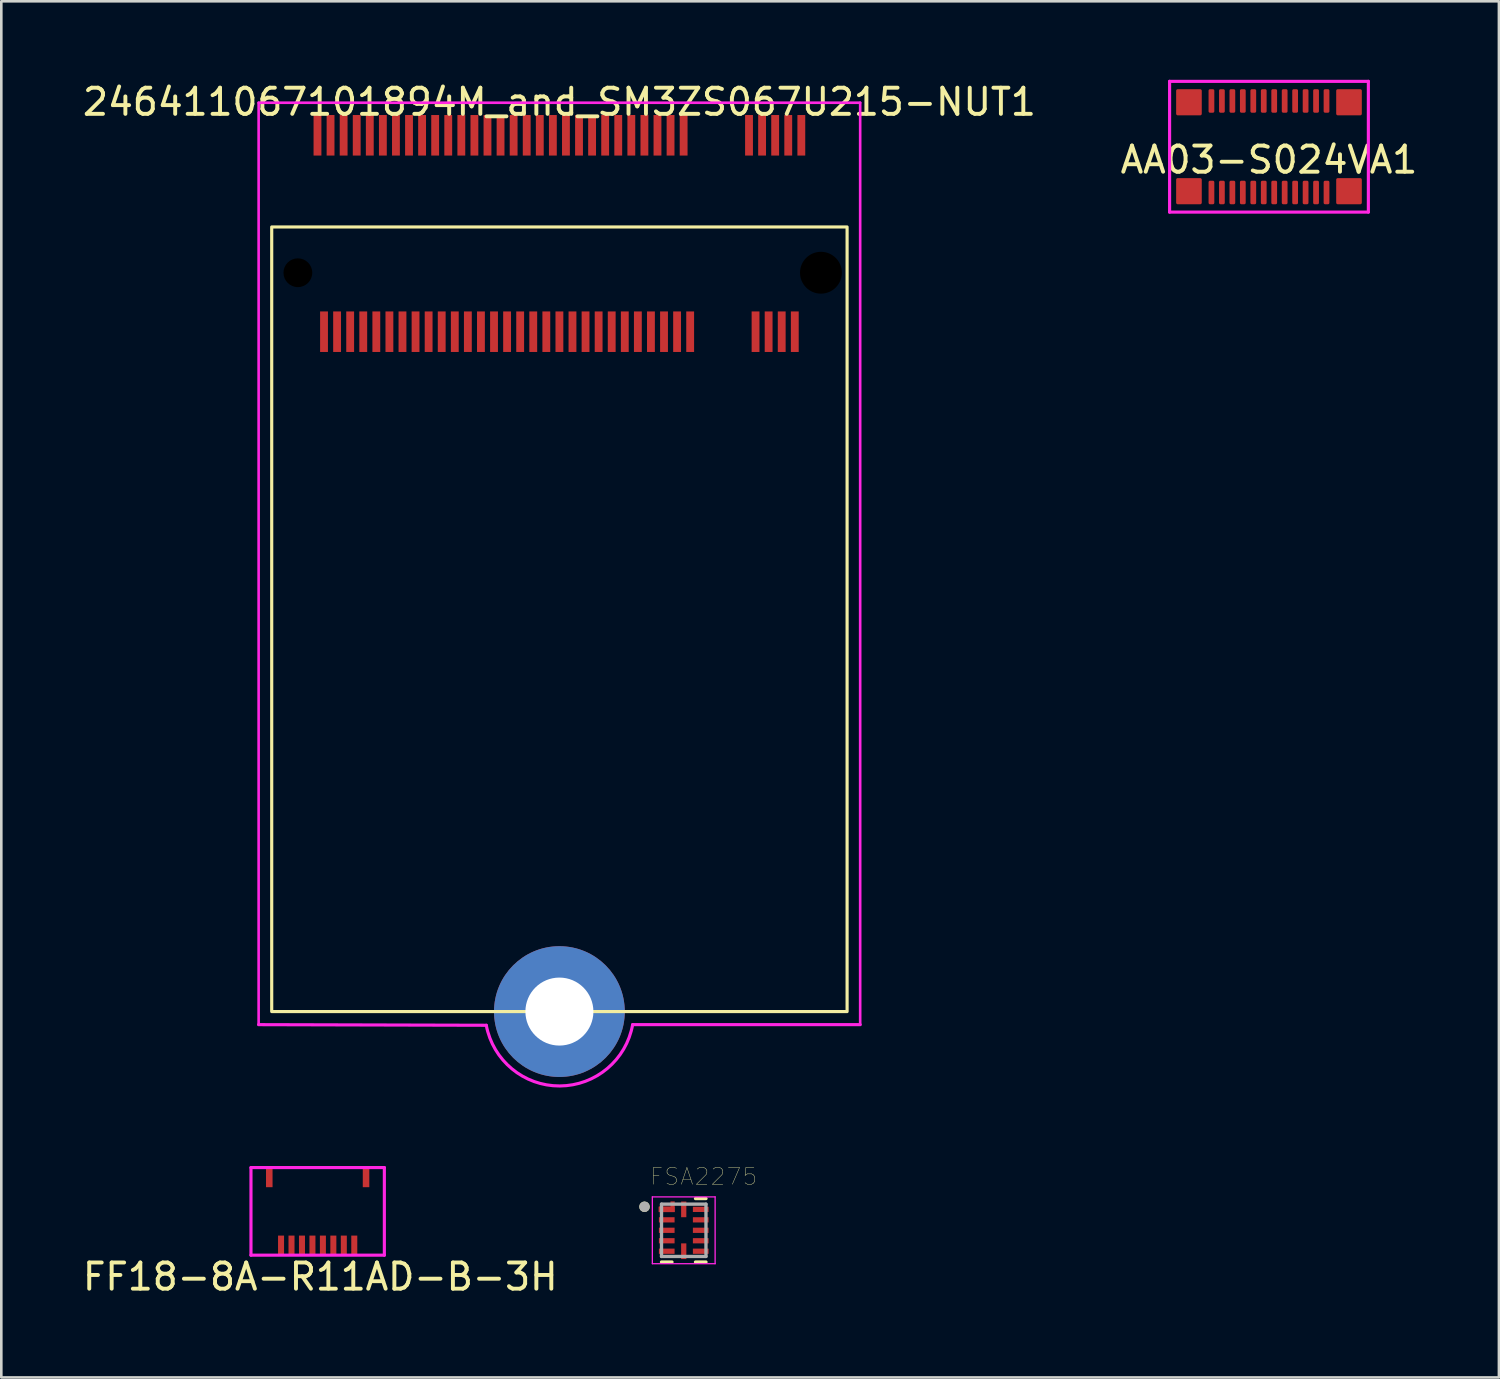
<source format=kicad_pcb>
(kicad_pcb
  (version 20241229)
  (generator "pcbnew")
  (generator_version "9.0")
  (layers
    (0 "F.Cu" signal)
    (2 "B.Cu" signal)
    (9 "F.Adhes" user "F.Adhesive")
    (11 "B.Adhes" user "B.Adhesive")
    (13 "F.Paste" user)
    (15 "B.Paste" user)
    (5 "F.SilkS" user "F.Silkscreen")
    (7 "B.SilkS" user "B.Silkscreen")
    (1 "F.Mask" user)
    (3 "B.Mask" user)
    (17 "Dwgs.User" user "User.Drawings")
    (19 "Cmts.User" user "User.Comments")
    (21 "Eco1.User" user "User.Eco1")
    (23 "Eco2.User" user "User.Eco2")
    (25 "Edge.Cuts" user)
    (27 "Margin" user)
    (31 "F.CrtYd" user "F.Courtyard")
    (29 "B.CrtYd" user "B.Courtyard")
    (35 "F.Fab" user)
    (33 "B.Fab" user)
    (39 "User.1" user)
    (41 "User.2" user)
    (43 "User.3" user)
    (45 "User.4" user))
  (footprint "FSA2275"
    (layer "F.Cu")
    (at 23.093 43.991)
    (property "Reference" "FSA2275" (at 0.762 -2.057 0) (layer "F.SilkS") (effects (font (size 0.64 0.64) (thickness 0.015))))
    (attr through_hole)
    (fp_poly (pts (xy -0.95 -0.9) (xy -0.5 -0.9) (xy -0.5 -1.1) (xy -0.35 -1.1) (xy -0.35 -0.7) (xy -0.95 -0.7)) (stroke (width 0.01) (type solid)) (fill yes) (layer "F.Cu"))
    (fp_poly (pts (xy -1 -0.55) (xy -0.3 -0.55) (xy -0.3 -0.25) (xy -1 -0.25)) (stroke (width 0.01) (type solid)) (fill yes) (layer "F.Mask"))
    (fp_poly (pts (xy -1 -0.15) (xy -0.3 -0.15) (xy -0.3 0.15) (xy -1 0.15)) (stroke (width 0.01) (type solid)) (fill yes) (layer "F.Mask"))
    (fp_poly (pts (xy -1 0.25) (xy -0.3 0.25) (xy -0.3 0.55) (xy -1 0.55)) (stroke (width 0.01) (type solid)) (fill yes) (layer "F.Mask"))
    (fp_poly (pts (xy -1 0.65) (xy -0.3 0.65) (xy -0.3 0.95) (xy -1 0.95)) (stroke (width 0.01) (type solid)) (fill yes) (layer "F.Mask"))
    (fp_poly (pts (xy -0.15 -1.15) (xy 0.15 -1.15) (xy 0.15 -0.45) (xy -0.15 -0.45)) (stroke (width 0.01) (type solid)) (fill yes) (layer "F.Mask"))
    (fp_poly (pts (xy -0.15 0.45) (xy 0.15 0.45) (xy 0.15 1.15) (xy -0.15 1.15)) (stroke (width 0.01) (type solid)) (fill yes) (layer "F.Mask"))
    (fp_poly (pts (xy 0.3 -0.95) (xy 1 -0.95) (xy 1 -0.65) (xy 0.3 -0.65)) (stroke (width 0.01) (type solid)) (fill yes) (layer "F.Mask"))
    (fp_poly (pts (xy 0.3 -0.55) (xy 1 -0.55) (xy 1 -0.25) (xy 0.3 -0.25)) (stroke (width 0.01) (type solid)) (fill yes) (layer "F.Mask"))
    (fp_poly (pts (xy 0.3 -0.15) (xy 1 -0.15) (xy 1 0.15) (xy 0.3 0.15)) (stroke (width 0.01) (type solid)) (fill yes) (layer "F.Mask"))
    (fp_poly (pts (xy 0.3 0.25) (xy 1 0.25) (xy 1 0.55) (xy 0.3 0.55)) (stroke (width 0.01) (type solid)) (fill yes) (layer "F.Mask"))
    (fp_poly (pts (xy 0.3 0.65) (xy 1 0.65) (xy 1 0.95) (xy 0.3 0.95)) (stroke (width 0.01) (type solid)) (fill yes) (layer "F.Mask"))
    (fp_poly (pts (xy -1 -0.95) (xy -0.55 -0.95) (xy -0.55 -1.15) (xy -0.3 -1.15) (xy -0.3 -0.65) (xy -1 -0.65)) (stroke (width 0.01) (type solid)) (fill yes) (layer "F.Mask"))
    (fp_line (start -0.45 1.214) (end -0.85 1.214) (stroke (width 0.127) (type solid)) (layer "F.SilkS"))
    (fp_line (start 0.45 -1.214) (end 0.85 -1.214) (stroke (width 0.127) (type solid)) (layer "F.SilkS"))
    (fp_line (start 0.45 1.214) (end 0.85 1.214) (stroke (width 0.127) (type solid)) (layer "F.SilkS"))
    (fp_circle (center -1.5 -0.9) (end -1.4 -0.9) (stroke (width 0.2) (type solid)) (fill no) (layer "F.SilkS"))
    (fp_poly (pts (xy -0.85 -0.5) (xy -0.35 -0.5) (xy -0.35 -0.3) (xy -0.85 -0.3)) (stroke (width 0.01) (type solid)) (fill yes) (layer "F.Paste"))
    (fp_poly (pts (xy -0.85 -0.1) (xy -0.35 -0.1) (xy -0.35 0.1) (xy -0.85 0.1)) (stroke (width 0.01) (type solid)) (fill yes) (layer "F.Paste"))
    (fp_poly (pts (xy -0.85 0.3) (xy -0.35 0.3) (xy -0.35 0.5) (xy -0.85 0.5)) (stroke (width 0.01) (type solid)) (fill yes) (layer "F.Paste"))
    (fp_poly (pts (xy -0.85 0.7) (xy -0.35 0.7) (xy -0.35 0.9) (xy -0.85 0.9)) (stroke (width 0.01) (type solid)) (fill yes) (layer "F.Paste"))
    (fp_poly (pts (xy -0.1 -1) (xy 0.1 -1) (xy 0.1 -0.5) (xy -0.1 -0.5)) (stroke (width 0.01) (type solid)) (fill yes) (layer "F.Paste"))
    (fp_poly (pts (xy -0.1 0.5) (xy 0.1 0.5) (xy 0.1 1) (xy -0.1 1)) (stroke (width 0.01) (type solid)) (fill yes) (layer "F.Paste"))
    (fp_poly (pts (xy 0.35 -0.9) (xy 0.85 -0.9) (xy 0.85 -0.7) (xy 0.35 -0.7)) (stroke (width 0.01) (type solid)) (fill yes) (layer "F.Paste"))
    (fp_poly (pts (xy 0.35 -0.5) (xy 0.85 -0.5) (xy 0.85 -0.3) (xy 0.35 -0.3)) (stroke (width 0.01) (type solid)) (fill yes) (layer "F.Paste"))
    (fp_poly (pts (xy 0.35 -0.1) (xy 0.85 -0.1) (xy 0.85 0.1) (xy 0.35 0.1)) (stroke (width 0.01) (type solid)) (fill yes) (layer "F.Paste"))
    (fp_poly (pts (xy 0.35 0.3) (xy 0.85 0.3) (xy 0.85 0.5) (xy 0.35 0.5)) (stroke (width 0.01) (type solid)) (fill yes) (layer "F.Paste"))
    (fp_poly (pts (xy 0.35 0.7) (xy 0.85 0.7) (xy 0.85 0.9) (xy 0.35 0.9)) (stroke (width 0.01) (type solid)) (fill yes) (layer "F.Paste"))
    (fp_poly (pts (xy -0.85 -0.9) (xy -0.5 -0.9) (xy -0.5 -1) (xy -0.35 -1) (xy -0.35 -0.7) (xy -0.85 -0.7)) (stroke (width 0.01) (type solid)) (fill yes) (layer "F.Paste"))
    (fp_line (start -1.2 -1.277) (end 1.2 -1.277) (stroke (width 0.05) (type solid)) (layer "F.CrtYd"))
    (fp_line (start -1.2 1.277) (end -1.2 -1.277) (stroke (width 0.05) (type solid)) (layer "F.CrtYd"))
    (fp_line (start 1.2 -1.277) (end 1.2 1.277) (stroke (width 0.05) (type solid)) (layer "F.CrtYd"))
    (fp_line (start 1.2 1.277) (end -1.2 1.277) (stroke (width 0.05) (type solid)) (layer "F.CrtYd"))
    (fp_line (start -0.85 -1) (end 0.85 -1) (stroke (width 0.127) (type solid)) (layer "F.Fab"))
    (fp_line (start -0.85 1) (end -0.85 -1) (stroke (width 0.127) (type solid)) (layer "F.Fab"))
    (fp_line (start 0.85 -1) (end 0.85 1) (stroke (width 0.127) (type solid)) (layer "F.Fab"))
    (fp_line (start 0.85 1) (end -0.85 1) (stroke (width 0.127) (type solid)) (layer "F.Fab"))
    (fp_circle (center -1.5 -0.9) (end -1.4 -0.9) (stroke (width 0.2) (type solid)) (fill no) (layer "F.Fab"))
    (pad "1" smd rect (at -0.65 -0.8) (size 0.6 0.2) (layers "F.Cu"))
    (pad "2" smd rect (at -0.65 -0.4) (size 0.6 0.2) (layers "F.Cu"))
    (pad "3" smd rect (at -0.65 0) (size 0.6 0.2) (layers "F.Cu"))
    (pad "4" smd rect (at -0.65 0.4) (size 0.6 0.2) (layers "F.Cu"))
    (pad "5" smd rect (at -0.65 0.8) (size 0.6 0.2) (layers "F.Cu"))
    (pad "6" smd rect (at 0 0.8) (size 0.2 0.6) (layers "F.Cu"))
    (pad "7" smd rect (at 0.65 0.8) (size 0.6 0.2) (layers "F.Cu"))
    (pad "8" smd rect (at 0.65 0.4) (size 0.6 0.2) (layers "F.Cu"))
    (pad "9" smd rect (at 0.65 0) (size 0.6 0.2) (layers "F.Cu"))
    (pad "10" smd rect (at 0.65 -0.4) (size 0.6 0.2) (layers "F.Cu"))
    (pad "11" smd rect (at 0.65 -0.8) (size 0.6 0.2) (layers "F.Cu"))
    (pad "12" smd rect (at 0 -0.8) (size 0.2 0.6) (layers "F.Cu")))
  (footprint "246411067101894M_and_SM3ZS067U215-NUT1"
    (layer "F.Cu")
    (at 18.339 5.628)
    (property "Reference" "246411067101894M_and_SM3ZS067U215-NUT1" (at 0 -4.78 0) (unlocked yes) (layer "F.SilkS") (effects (font (size 1 1) (thickness 0.15))))
    (fp_rect (start -11 0) (end 11 30) (stroke (width 0.12) (type solid)) (fill no) (layer "F.SilkS"))
    (fp_line (start -11.5 -4.75) (end 11.5 -4.75) (stroke (width 0.1) (type solid)) (layer "F.CrtYd"))
    (fp_line (start -11.5 30.5) (end -11.5 -4.75) (stroke (width 0.1) (type solid)) (layer "F.CrtYd"))
    (fp_line (start -11.5 30.5) (end -2.796 30.524) (stroke (width 0.12) (type solid)) (layer "F.CrtYd"))
    (fp_line (start 2.8 30.5) (end 11.5 30.5) (stroke (width 0.12) (type solid)) (layer "F.CrtYd"))
    (fp_line (start 11.5 -4.75) (end 11.5 30.5) (stroke (width 0.1) (type solid)) (layer "F.CrtYd"))
    (fp_arc (start 2.799999 30.5) (mid 0.012286 32.844265) (end -2.795575 30.52417) (stroke (width 0.12) (type solid)) (layer "F.CrtYd"))
    (pad "" np_thru_hole circle (at -10 1.75) (size 1.1 1.1) (drill 1.1) (layers "*.Mask"))
    (pad "" np_thru_hole circle (at 10 1.75) (size 1.6 1.6) (drill 1.6) (layers "*.Mask"))
    (pad "1" smd rect (at -9.25 -3.505) (size 0.3 1.55) (layers "F.Cu" "F.Mask" "F.Paste"))
    (pad "2" smd rect (at -9 4.005) (size 0.3 1.55) (layers "F.Cu" "F.Mask" "F.Paste"))
    (pad "3" smd rect (at -8.75 -3.505) (size 0.3 1.55) (layers "F.Cu" "F.Mask" "F.Paste"))
    (pad "4" smd rect (at -8.5 4.005) (size 0.3 1.55) (layers "F.Cu" "F.Mask" "F.Paste"))
    (pad "5" smd rect (at -8.25 -3.505) (size 0.3 1.55) (layers "F.Cu" "F.Mask" "F.Paste"))
    (pad "6" smd rect (at -8 4.005) (size 0.3 1.55) (layers "F.Cu" "F.Mask" "F.Paste"))
    (pad "7" smd rect (at -7.75 -3.505) (size 0.3 1.55) (layers "F.Cu" "F.Mask" "F.Paste"))
    (pad "8" smd rect (at -7.5 4.005) (size 0.3 1.55) (layers "F.Cu" "F.Mask" "F.Paste"))
    (pad "9" smd rect (at -7.25 -3.505) (size 0.3 1.55) (layers "F.Cu" "F.Mask" "F.Paste"))
    (pad "10" smd rect (at -7 4.005) (size 0.3 1.55) (layers "F.Cu" "F.Mask" "F.Paste"))
    (pad "11" smd rect (at -6.75 -3.505) (size 0.3 1.55) (layers "F.Cu" "F.Mask" "F.Paste"))
    (pad "12" smd rect (at -6.5 4.005) (size 0.3 1.55) (layers "F.Cu" "F.Mask" "F.Paste"))
    (pad "13" smd rect (at -6.25 -3.505) (size 0.3 1.55) (layers "F.Cu" "F.Mask" "F.Paste"))
    (pad "14" smd rect (at -6 4.005) (size 0.3 1.55) (layers "F.Cu" "F.Mask" "F.Paste"))
    (pad "15" smd rect (at -5.75 -3.505) (size 0.3 1.55) (layers "F.Cu" "F.Mask" "F.Paste"))
    (pad "16" smd rect (at -5.5 4.005) (size 0.3 1.55) (layers "F.Cu" "F.Mask" "F.Paste"))
    (pad "17" smd rect (at -5.25 -3.505) (size 0.3 1.55) (layers "F.Cu" "F.Mask" "F.Paste"))
    (pad "18" smd rect (at -5 4.005) (size 0.3 1.55) (layers "F.Cu" "F.Mask" "F.Paste"))
    (pad "19" smd rect (at -4.75 -3.505) (size 0.3 1.55) (layers "F.Cu" "F.Mask" "F.Paste"))
    (pad "20" smd rect (at -4.5 4.005) (size 0.3 1.55) (layers "F.Cu" "F.Mask" "F.Paste"))
    (pad "21" smd rect (at -4.25 -3.505) (size 0.3 1.55) (layers "F.Cu" "F.Mask" "F.Paste"))
    (pad "22" smd rect (at -4 4.005) (size 0.3 1.55) (layers "F.Cu" "F.Mask" "F.Paste"))
    (pad "23" smd rect (at -3.75 -3.505) (size 0.3 1.55) (layers "F.Cu" "F.Mask" "F.Paste"))
    (pad "24" smd rect (at -3.5 4.005) (size 0.3 1.55) (layers "F.Cu" "F.Mask" "F.Paste"))
    (pad "25" smd rect (at -3.25 -3.505) (size 0.3 1.55) (layers "F.Cu" "F.Mask" "F.Paste"))
    (pad "26" smd rect (at -3 4.005) (size 0.3 1.55) (layers "F.Cu" "F.Mask" "F.Paste"))
    (pad "27" smd rect (at -2.75 -3.505) (size 0.3 1.55) (layers "F.Cu" "F.Mask" "F.Paste"))
    (pad "28" smd rect (at -2.5 4.005) (size 0.3 1.55) (layers "F.Cu" "F.Mask" "F.Paste"))
    (pad "29" smd rect (at -2.25 -3.505) (size 0.3 1.55) (layers "F.Cu" "F.Mask" "F.Paste"))
    (pad "30" smd rect (at -2 4.005) (size 0.3 1.55) (layers "F.Cu" "F.Mask" "F.Paste"))
    (pad "31" smd rect (at -1.75 -3.505) (size 0.3 1.55) (layers "F.Cu" "F.Mask" "F.Paste"))
    (pad "32" smd rect (at -1.5 4.005) (size 0.3 1.55) (layers "F.Cu" "F.Mask" "F.Paste"))
    (pad "33" smd rect (at -1.25 -3.505) (size 0.3 1.55) (layers "F.Cu" "F.Mask" "F.Paste"))
    (pad "34" smd rect (at -1 4.005) (size 0.3 1.55) (layers "F.Cu" "F.Mask" "F.Paste"))
    (pad "35" smd rect (at -0.75 -3.505) (size 0.3 1.55) (layers "F.Cu" "F.Mask" "F.Paste"))
    (pad "36" smd rect (at -0.5 4.005) (size 0.3 1.55) (layers "F.Cu" "F.Mask" "F.Paste"))
    (pad "37" smd rect (at -0.25 -3.505) (size 0.3 1.55) (layers "F.Cu" "F.Mask" "F.Paste"))
    (pad "38" smd rect (at 0 4.005) (size 0.3 1.55) (layers "F.Cu" "F.Mask" "F.Paste"))
    (pad "39" smd rect (at 0.25 -3.505) (size 0.3 1.55) (layers "F.Cu" "F.Mask" "F.Paste"))
    (pad "40" smd rect (at 0.5 4.005) (size 0.3 1.55) (layers "F.Cu" "F.Mask" "F.Paste"))
    (pad "41" smd rect (at 0.75 -3.505) (size 0.3 1.55) (layers "F.Cu" "F.Mask" "F.Paste"))
    (pad "42" smd rect (at 1 4.005) (size 0.3 1.55) (layers "F.Cu" "F.Mask" "F.Paste"))
    (pad "43" smd rect (at 1.25 -3.505) (size 0.3 1.55) (layers "F.Cu" "F.Mask" "F.Paste"))
    (pad "44" smd rect (at 1.5 4.005) (size 0.3 1.55) (layers "F.Cu" "F.Mask" "F.Paste"))
    (pad "45" smd rect (at 1.75 -3.505) (size 0.3 1.55) (layers "F.Cu" "F.Mask" "F.Paste"))
    (pad "46" smd rect (at 2 4.005) (size 0.3 1.55) (layers "F.Cu" "F.Mask" "F.Paste"))
    (pad "47" smd rect (at 2.25 -3.505) (size 0.3 1.55) (layers "F.Cu" "F.Mask" "F.Paste"))
    (pad "48" smd rect (at 2.5 4.005) (size 0.3 1.55) (layers "F.Cu" "F.Mask" "F.Paste"))
    (pad "49" smd rect (at 2.75 -3.505) (size 0.3 1.55) (layers "F.Cu" "F.Mask" "F.Paste"))
    (pad "50" smd rect (at 3 4.005) (size 0.3 1.55) (layers "F.Cu" "F.Mask" "F.Paste"))
    (pad "51" smd rect (at 3.25 -3.505) (size 0.3 1.55) (layers "F.Cu" "F.Mask" "F.Paste"))
    (pad "52" smd rect (at 3.5 4.005) (size 0.3 1.55) (layers "F.Cu" "F.Mask" "F.Paste"))
    (pad "53" smd rect (at 3.75 -3.505) (size 0.3 1.55) (layers "F.Cu" "F.Mask" "F.Paste"))
    (pad "54" smd rect (at 4 4.005) (size 0.3 1.55) (layers "F.Cu" "F.Mask" "F.Paste"))
    (pad "55" smd rect (at 4.25 -3.505) (size 0.3 1.55) (layers "F.Cu" "F.Mask" "F.Paste"))
    (pad "56" smd rect (at 4.5 4.005) (size 0.3 1.55) (layers "F.Cu" "F.Mask" "F.Paste"))
    (pad "57" smd rect (at 4.75 -3.505) (size 0.3 1.55) (layers "F.Cu" "F.Mask" "F.Paste"))
    (pad "58" smd rect (at 5 4.005) (size 0.3 1.55) (layers "F.Cu" "F.Mask" "F.Paste"))
    (pad "67" smd rect (at 7.25 -3.505) (size 0.3 1.55) (layers "F.Cu" "F.Mask" "F.Paste"))
    (pad "68" smd rect (at 7.5 4.005) (size 0.3 1.55) (layers "F.Cu" "F.Mask" "F.Paste"))
    (pad "69" smd rect (at 7.75 -3.505) (size 0.3 1.55) (layers "F.Cu" "F.Mask" "F.Paste"))
    (pad "70" smd rect (at 8 4.005) (size 0.3 1.55) (layers "F.Cu" "F.Mask" "F.Paste"))
    (pad "71" smd rect (at 8.25 -3.505) (size 0.3 1.55) (layers "F.Cu" "F.Mask" "F.Paste"))
    (pad "72" smd rect (at 8.5 4.005) (size 0.3 1.55) (layers "F.Cu" "F.Mask" "F.Paste"))
    (pad "73" smd rect (at 8.75 -3.505) (size 0.3 1.55) (layers "F.Cu" "F.Mask" "F.Paste"))
    (pad "74" smd rect (at 9 4.005) (size 0.3 1.55) (layers "F.Cu" "F.Mask" "F.Paste"))
    (pad "75" smd rect (at 9.25 -3.505) (size 0.3 1.55) (layers "F.Cu" "F.Mask" "F.Paste"))
    (pad "GND" thru_hole circle (at 0 30) (size 5 5) (drill 2.6) (layers "*.Cu" "*.Mask")))
  (footprint "FF18-8A-R11AD-B-3H"
    (layer "F.Cu")
    (at 9.096 43.268)
    (property "Reference" "FF18-8A-R11AD-B-3H" (at 0.1 2.5 0) (layer "F.SilkS") (effects (font (size 1 1) (thickness 0.15))))
    (attr smd)
    (fp_line (start -2.55 -1.675) (end -2.55 1.675) (stroke (width 0.12) (type solid)) (layer "F.CrtYd"))
    (fp_line (start -2.55 -1.675) (end 2.55 -1.675) (stroke (width 0.12) (type solid)) (layer "F.CrtYd"))
    (fp_line (start 2.55 -1.675) (end 2.55 1.675) (stroke (width 0.12) (type solid)) (layer "F.CrtYd"))
    (fp_line (start 2.55 1.675) (end -2.55 1.675) (stroke (width 0.12) (type solid)) (layer "F.CrtYd"))
    (pad "1" smd rect (at -1.4 1.3) (size 0.23 0.75) (layers "F.Cu" "F.Mask" "F.Paste"))
    (pad "2" smd rect (at -1 1.3) (size 0.23 0.75) (layers "F.Cu" "F.Mask" "F.Paste"))
    (pad "3" smd rect (at -0.6 1.3) (size 0.23 0.75) (layers "F.Cu" "F.Mask" "F.Paste"))
    (pad "4" smd rect (at -0.2 1.3) (size 0.23 0.75) (layers "F.Cu" "F.Mask" "F.Paste"))
    (pad "5" smd rect (at 0.2 1.3) (size 0.23 0.75) (layers "F.Cu" "F.Mask" "F.Paste"))
    (pad "6" smd rect (at 0.6 1.3) (size 0.23 0.75) (layers "F.Cu" "F.Mask" "F.Paste"))
    (pad "7" smd rect (at 1 1.3) (size 0.23 0.75) (layers "F.Cu" "F.Mask" "F.Paste"))
    (pad "8" smd rect (at 1.4 1.3) (size 0.23 0.75) (layers "F.Cu" "F.Mask" "F.Paste"))
    (pad "9" smd rect (at -1.85 -1.3) (size 0.25 0.75) (layers "F.Cu" "F.Mask" "F.Paste"))
    (pad "10" smd rect (at 1.85 -1.3) (size 0.25 0.75) (layers "F.Cu" "F.Mask" "F.Paste")))
  (footprint "AA03-S024VA1"
    (layer "F.Cu")
    (at 45.47 2.56)
    (property "Reference" "AA03-S024VA1" (at 0 0.5 0) (layer "F.SilkS") (effects (font (size 1 1) (thickness 0.15))))
    (attr through_hole)
    (fp_line (start -3.8 -2.5) (end -3.8 2.5) (stroke (width 0.12) (type solid)) (layer "F.CrtYd"))
    (fp_line (start -3.8 2.5) (end 3.8 2.5) (stroke (width 0.12) (type solid)) (layer "F.CrtYd"))
    (fp_line (start 3.8 -2.5) (end -3.8 -2.5) (stroke (width 0.12) (type solid)) (layer "F.CrtYd"))
    (fp_line (start 3.8 2.5) (end 3.8 -2.5) (stroke (width 0.12) (type solid)) (layer "F.CrtYd"))
    (pad "1" smd roundrect (at -2.2 1.75) (size 0.22 0.9) (layers "F.Cu" "F.Mask" "F.Paste") (roundrect_rratio 0.25))
    (pad "2" smd roundrect (at -2.2 -1.75) (size 0.22 0.9) (layers "F.Cu" "F.Mask" "F.Paste") (roundrect_rratio 0.25))
    (pad "3" smd roundrect (at -1.8 1.75) (size 0.22 0.9) (layers "F.Cu" "F.Mask" "F.Paste") (roundrect_rratio 0.25))
    (pad "4" smd roundrect (at -1.8 -1.75) (size 0.22 0.9) (layers "F.Cu" "F.Mask" "F.Paste") (roundrect_rratio 0.25))
    (pad "5" smd roundrect (at -1.4 1.75) (size 0.22 0.9) (layers "F.Cu" "F.Mask" "F.Paste") (roundrect_rratio 0.25))
    (pad "6" smd roundrect (at -1.4 -1.75) (size 0.22 0.9) (layers "F.Cu" "F.Mask" "F.Paste") (roundrect_rratio 0.25))
    (pad "7" smd roundrect (at -1 1.75) (size 0.22 0.9) (layers "F.Cu" "F.Mask" "F.Paste") (roundrect_rratio 0.25))
    (pad "8" smd roundrect (at -1 -1.75) (size 0.22 0.9) (layers "F.Cu" "F.Mask" "F.Paste") (roundrect_rratio 0.25))
    (pad "9" smd roundrect (at -0.6 1.75) (size 0.22 0.9) (layers "F.Cu" "F.Mask" "F.Paste") (roundrect_rratio 0.25))
    (pad "10" smd roundrect (at -0.6 -1.75) (size 0.22 0.9) (layers "F.Cu" "F.Mask" "F.Paste") (roundrect_rratio 0.25))
    (pad "11" smd roundrect (at -0.2 1.75) (size 0.22 0.9) (layers "F.Cu" "F.Mask" "F.Paste") (roundrect_rratio 0.25))
    (pad "12" smd roundrect (at -0.2 -1.75) (size 0.22 0.9) (layers "F.Cu" "F.Mask" "F.Paste") (roundrect_rratio 0.25))
    (pad "13" smd roundrect (at 0.2 1.75) (size 0.22 0.9) (layers "F.Cu" "F.Mask" "F.Paste") (roundrect_rratio 0.25))
    (pad "14" smd roundrect (at 0.2 -1.75) (size 0.22 0.9) (layers "F.Cu" "F.Mask" "F.Paste") (roundrect_rratio 0.25))
    (pad "15" smd roundrect (at 0.6 1.75) (size 0.22 0.9) (layers "F.Cu" "F.Mask" "F.Paste") (roundrect_rratio 0.25))
    (pad "16" smd roundrect (at 0.6 -1.75) (size 0.22 0.9) (layers "F.Cu" "F.Mask" "F.Paste") (roundrect_rratio 0.25))
    (pad "17" smd roundrect (at 1 1.75) (size 0.22 0.9) (layers "F.Cu" "F.Mask" "F.Paste") (roundrect_rratio 0.25))
    (pad "18" smd roundrect (at 1 -1.75) (size 0.22 0.9) (layers "F.Cu" "F.Mask" "F.Paste") (roundrect_rratio 0.25))
    (pad "19" smd roundrect (at 1.4 1.75) (size 0.22 0.9) (layers "F.Cu" "F.Mask" "F.Paste") (roundrect_rratio 0.25))
    (pad "20" smd roundrect (at 1.4 -1.75) (size 0.22 0.9) (layers "F.Cu" "F.Mask" "F.Paste") (roundrect_rratio 0.25))
    (pad "21" smd roundrect (at 1.8 1.75) (size 0.22 0.9) (layers "F.Cu" "F.Mask" "F.Paste") (roundrect_rratio 0.25))
    (pad "22" smd roundrect (at 1.8 -1.75) (size 0.22 0.9) (layers "F.Cu" "F.Mask" "F.Paste") (roundrect_rratio 0.25))
    (pad "23" smd roundrect (at 2.2 1.75) (size 0.22 0.9) (layers "F.Cu" "F.Mask" "F.Paste") (roundrect_rratio 0.25))
    (pad "24" smd roundrect (at 2.2 -1.75) (size 0.22 0.9) (layers "F.Cu" "F.Mask" "F.Paste") (roundrect_rratio 0.25))
    (pad "MP" smd roundrect (at -3.06 -1.7) (size 0.98 1) (layers "F.Cu" "F.Mask" "F.Paste") (roundrect_rratio 0.061))
    (pad "MP" smd roundrect (at -3.06 1.7) (size 0.98 1) (layers "F.Cu" "F.Mask" "F.Paste") (roundrect_rratio 0.061))
    (pad "MP" smd roundrect (at 3.06 -1.7) (size 0.98 1) (layers "F.Cu" "F.Mask" "F.Paste") (roundrect_rratio 0.061))
    (pad "MP" smd roundrect (at 3.06 1.7) (size 0.98 1) (layers "F.Cu" "F.Mask" "F.Paste") (roundrect_rratio 0.061)))
  (gr_rect
    (start -3 -3)
    (end 54.262 49.616)
    (stroke (width 0.1) (type default))
    (fill no)
    (layer "Edge.Cuts")))
</source>
